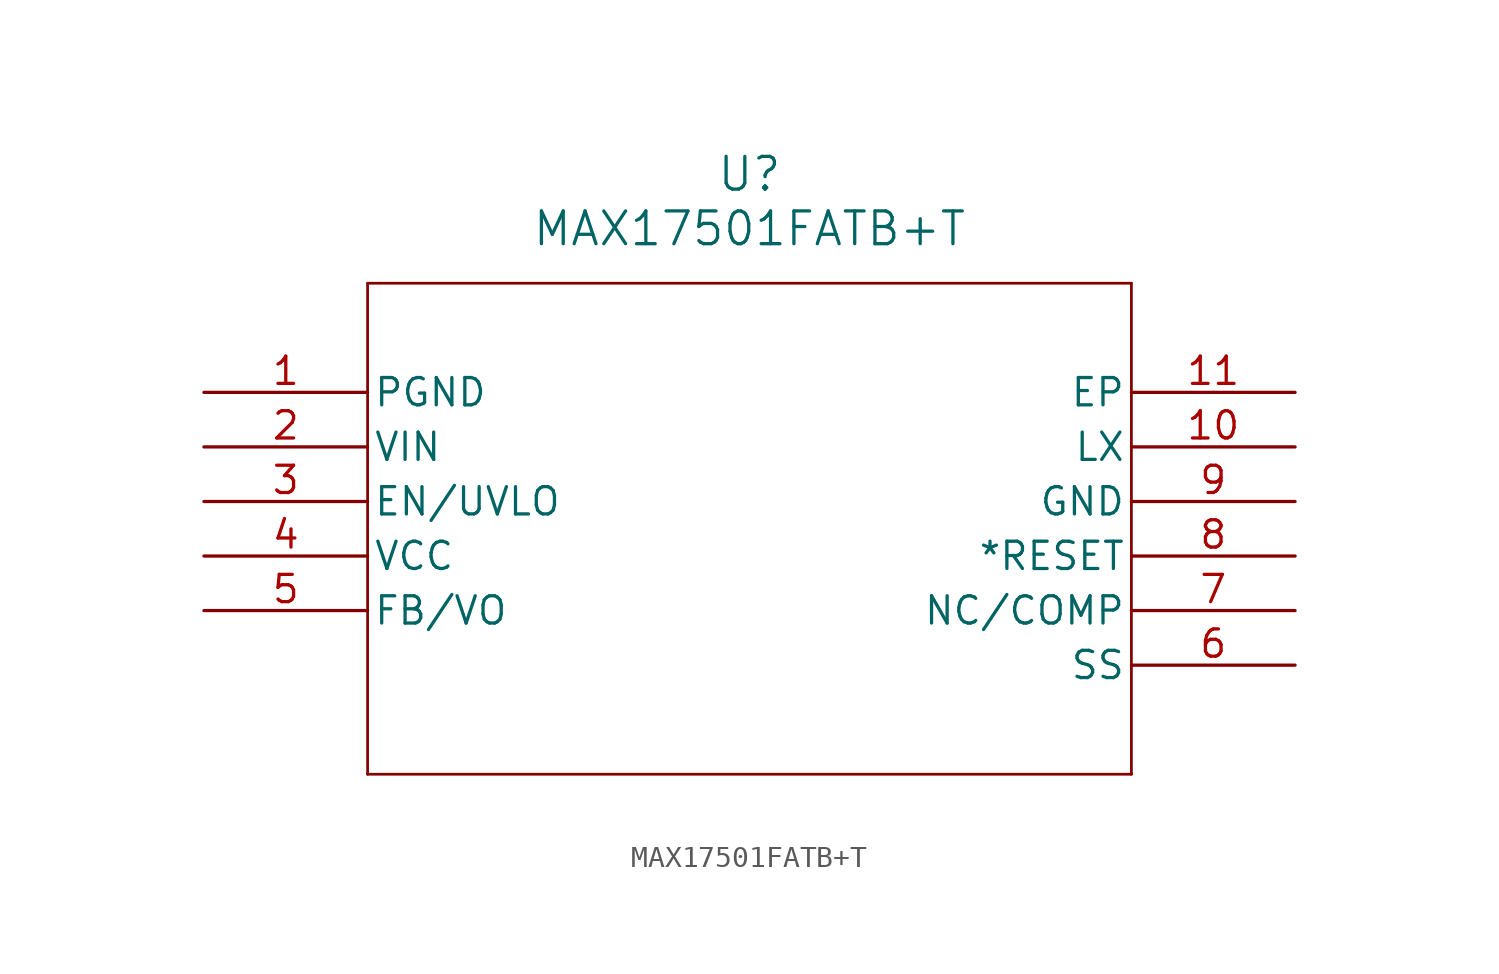
<source format=kicad_sym>
(kicad_symbol_lib
  (version 20211014)
  (generator kicad_symbol_editor)
  (symbol "MAX17501FATB+T"
    (pin_names
      (offset 0.254))
    (property "Reference" "U"
      (at 25.4 10.16 0)
      (effects (font (size 1.524 1.524))))
    (property "Value" "MAX17501FATB+T"
      (at 25.4 7.62 0)
      (effects (font (size 1.524 1.524))))
    (symbol "MAX17501FATB+T_0_1"
      (polyline (pts (xy 7.62 5.08) (xy 7.62 -17.78)) (stroke (width 0.127) (type default) (color 0 0 0 0)) (fill (type none)))
      (polyline (pts (xy 7.62 -17.78) (xy 43.18 -17.78)) (stroke (width 0.127) (type default) (color 0 0 0 0)) (fill (type none)))
      (polyline (pts (xy 43.18 -17.78) (xy 43.18 5.08)) (stroke (width 0.127) (type default) (color 0 0 0 0)) (fill (type none)))
      (polyline (pts (xy 43.18 5.08) (xy 7.62 5.08)) (stroke (width 0.127) (type default) (color 0 0 0 0)) (fill (type none)))
      (pin power_in line (at 0 0 0) (length 7.62) (name "PGND" (effects (font (size 1.27 1.27)))) (number "1" (effects (font (size 1.27 1.27)))))
      (pin input line (at 0 -2.54 0) (length 7.62) (name "VIN" (effects (font (size 1.27 1.27)))) (number "2" (effects (font (size 1.27 1.27)))))
      (pin bidirectional line (at 0 -5.08 0) (length 7.62) (name "EN/UVLO" (effects (font (size 1.27 1.27)))) (number "3" (effects (font (size 1.27 1.27)))))
      (pin power_in line (at 0 -7.62 0) (length 7.62) (name "VCC" (effects (font (size 1.27 1.27)))) (number "4" (effects (font (size 1.27 1.27)))))
      (pin bidirectional line (at 0 -10.16 0) (length 7.62) (name "FB/VO" (effects (font (size 1.27 1.27)))) (number "5" (effects (font (size 1.27 1.27)))))
      (pin bidirectional line (at 50.8 -12.7 180) (length 7.62) (name "SS" (effects (font (size 1.27 1.27)))) (number "6" (effects (font (size 1.27 1.27)))))
      (pin bidirectional line (at 50.8 -10.16 180) (length 7.62) (name "NC/COMP" (effects (font (size 1.27 1.27)))) (number "7" (effects (font (size 1.27 1.27)))))
      (pin bidirectional line (at 50.8 -7.62 180) (length 7.62) (name "*RESET" (effects (font (size 1.27 1.27)))) (number "8" (effects (font (size 1.27 1.27)))))
      (pin power_in line (at 50.8 -5.08 180) (length 7.62) (name "GND" (effects (font (size 1.27 1.27)))) (number "9" (effects (font (size 1.27 1.27)))))
      (pin bidirectional line (at 50.8 -2.54 180) (length 7.62) (name "LX" (effects (font (size 1.27 1.27)))) (number "10" (effects (font (size 1.27 1.27)))))
      (pin unspecified line (at 50.8 0 180) (length 7.62) (name "EP" (effects (font (size 1.27 1.27)))) (number "11" (effects (font (size 1.27 1.27))))))))
</source>
